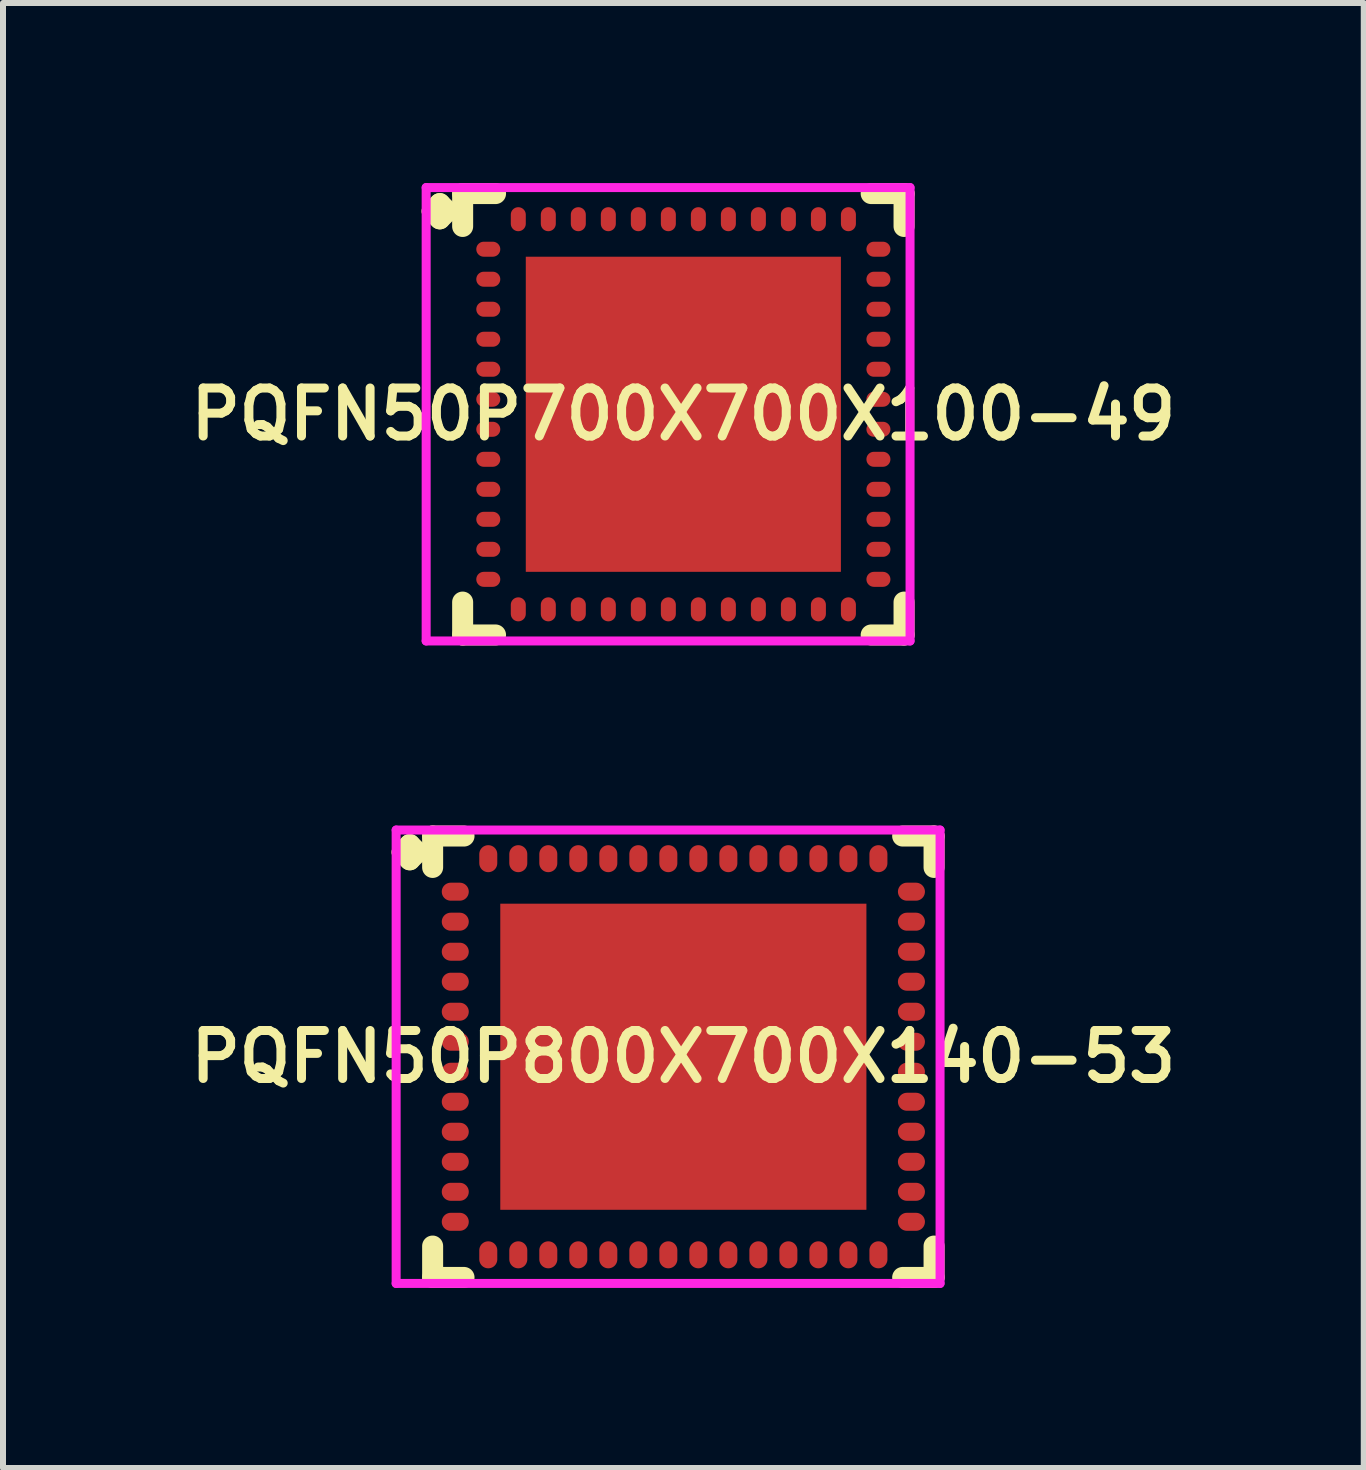
<source format=kicad_pcb>
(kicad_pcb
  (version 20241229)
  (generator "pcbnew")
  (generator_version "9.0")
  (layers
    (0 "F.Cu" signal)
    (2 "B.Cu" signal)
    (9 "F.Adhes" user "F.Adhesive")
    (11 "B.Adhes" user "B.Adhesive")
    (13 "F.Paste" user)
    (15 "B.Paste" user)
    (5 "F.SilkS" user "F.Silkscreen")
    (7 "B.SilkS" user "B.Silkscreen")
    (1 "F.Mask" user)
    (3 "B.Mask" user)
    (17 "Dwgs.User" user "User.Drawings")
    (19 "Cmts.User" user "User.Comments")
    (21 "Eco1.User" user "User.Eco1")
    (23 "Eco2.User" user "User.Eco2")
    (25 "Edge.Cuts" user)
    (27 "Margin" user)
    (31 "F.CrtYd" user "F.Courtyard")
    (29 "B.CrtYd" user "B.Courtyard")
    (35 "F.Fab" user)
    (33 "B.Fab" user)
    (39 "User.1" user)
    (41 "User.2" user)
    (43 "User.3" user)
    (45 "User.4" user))
  (footprint "PQFN50P700X700X100-49"
    (layer "F.Cu")
    (at 8.335 3.852)
    (property "Reference" "PQFN50P700X700X100-49" (at 0 0 0) (layer "F.SilkS") (effects (font (size 0.8 0.8) (thickness 0.15))))
    (attr smd)
    (fp_line (start -4.185 -3.383) (end -4.058 -3.51) (stroke (width 0.35) (type solid)) (layer "F.SilkS"))
    (fp_line (start -4.058 -3.51) (end -3.931 -3.383) (stroke (width 0.35) (type solid)) (layer "F.SilkS"))
    (fp_line (start -4.058 -3.256) (end -4.185 -3.383) (stroke (width 0.35) (type solid)) (layer "F.SilkS"))
    (fp_line (start -3.931 -3.383) (end -4.058 -3.256) (stroke (width 0.35) (type solid)) (layer "F.SilkS"))
    (fp_line (start -3.677 -3.677) (end -3.129 -3.677) (stroke (width 0.35) (type solid)) (layer "F.SilkS"))
    (fp_line (start -3.677 -3.129) (end -3.677 -3.677) (stroke (width 0.35) (type solid)) (layer "F.SilkS"))
    (fp_line (start -3.677 3.129) (end -3.677 3.677) (stroke (width 0.35) (type solid)) (layer "F.SilkS"))
    (fp_line (start -3.677 3.677) (end -3.129 3.677) (stroke (width 0.35) (type solid)) (layer "F.SilkS"))
    (fp_line (start 3.129 -3.677) (end 3.677 -3.677) (stroke (width 0.35) (type solid)) (layer "F.SilkS"))
    (fp_line (start 3.129 3.677) (end 3.677 3.677) (stroke (width 0.35) (type solid)) (layer "F.SilkS"))
    (fp_line (start 3.677 -3.677) (end 3.677 -3.129) (stroke (width 0.35) (type solid)) (layer "F.SilkS"))
    (fp_line (start 3.677 3.677) (end 3.677 3.129) (stroke (width 0.35) (type solid)) (layer "F.SilkS"))
    (fp_line (start -4.285 -3.777) (end 3.777 -3.777) (stroke (width 0.15) (type solid)) (layer "F.CrtYd"))
    (fp_line (start -4.285 3.777) (end -4.285 -3.777) (stroke (width 0.15) (type solid)) (layer "F.CrtYd"))
    (fp_line (start 3.777 -3.777) (end 3.777 3.777) (stroke (width 0.15) (type solid)) (layer "F.CrtYd"))
    (fp_line (start 3.777 3.777) (end -4.285 3.777) (stroke (width 0.15) (type solid)) (layer "F.CrtYd"))
    (pad "1" smd oval (at -3.25 -2.75) (size 0.4 0.25) (layers "F.Cu" "F.Mask" "F.Paste"))
    (pad "2" smd oval (at -3.25 -2.25) (size 0.4 0.25) (layers "F.Cu" "F.Mask" "F.Paste"))
    (pad "3" smd oval (at -3.25 -1.75) (size 0.4 0.25) (layers "F.Cu" "F.Mask" "F.Paste"))
    (pad "4" smd oval (at -3.25 -1.25) (size 0.4 0.25) (layers "F.Cu" "F.Mask" "F.Paste"))
    (pad "5" smd oval (at -3.25 -0.75) (size 0.4 0.25) (layers "F.Cu" "F.Mask" "F.Paste"))
    (pad "6" smd oval (at -3.25 -0.25) (size 0.4 0.25) (layers "F.Cu" "F.Mask" "F.Paste"))
    (pad "7" smd oval (at -3.25 0.25) (size 0.4 0.25) (layers "F.Cu" "F.Mask" "F.Paste"))
    (pad "8" smd oval (at -3.25 0.75) (size 0.4 0.25) (layers "F.Cu" "F.Mask" "F.Paste"))
    (pad "9" smd oval (at -3.25 1.25) (size 0.4 0.25) (layers "F.Cu" "F.Mask" "F.Paste"))
    (pad "10" smd oval (at -3.25 1.75) (size 0.4 0.25) (layers "F.Cu" "F.Mask" "F.Paste"))
    (pad "11" smd oval (at -3.25 2.25) (size 0.4 0.25) (layers "F.Cu" "F.Mask" "F.Paste"))
    (pad "12" smd oval (at -3.25 2.75) (size 0.4 0.25) (layers "F.Cu" "F.Mask" "F.Paste"))
    (pad "13" smd oval (at -2.75 3.25) (size 0.25 0.4) (layers "F.Cu" "F.Mask" "F.Paste"))
    (pad "14" smd oval (at -2.25 3.25) (size 0.25 0.4) (layers "F.Cu" "F.Mask" "F.Paste"))
    (pad "15" smd oval (at -1.75 3.25) (size 0.25 0.4) (layers "F.Cu" "F.Mask" "F.Paste"))
    (pad "16" smd oval (at -1.25 3.25) (size 0.25 0.4) (layers "F.Cu" "F.Mask" "F.Paste"))
    (pad "17" smd oval (at -0.75 3.25) (size 0.25 0.4) (layers "F.Cu" "F.Mask" "F.Paste"))
    (pad "18" smd oval (at -0.25 3.25) (size 0.25 0.4) (layers "F.Cu" "F.Mask" "F.Paste"))
    (pad "19" smd oval (at 0.25 3.25) (size 0.25 0.4) (layers "F.Cu" "F.Mask" "F.Paste"))
    (pad "20" smd oval (at 0.75 3.25) (size 0.25 0.4) (layers "F.Cu" "F.Mask" "F.Paste"))
    (pad "21" smd oval (at 1.25 3.25) (size 0.25 0.4) (layers "F.Cu" "F.Mask" "F.Paste"))
    (pad "22" smd oval (at 1.75 3.25) (size 0.25 0.4) (layers "F.Cu" "F.Mask" "F.Paste"))
    (pad "23" smd oval (at 2.25 3.25) (size 0.25 0.4) (layers "F.Cu" "F.Mask" "F.Paste"))
    (pad "24" smd oval (at 2.75 3.25) (size 0.25 0.4) (layers "F.Cu" "F.Mask" "F.Paste"))
    (pad "25" smd oval (at 3.25 2.75) (size 0.4 0.25) (layers "F.Cu" "F.Mask" "F.Paste"))
    (pad "26" smd oval (at 3.25 2.25) (size 0.4 0.25) (layers "F.Cu" "F.Mask" "F.Paste"))
    (pad "27" smd oval (at 3.25 1.75) (size 0.4 0.25) (layers "F.Cu" "F.Mask" "F.Paste"))
    (pad "28" smd oval (at 3.25 1.25) (size 0.4 0.25) (layers "F.Cu" "F.Mask" "F.Paste"))
    (pad "29" smd oval (at 3.25 0.75) (size 0.4 0.25) (layers "F.Cu" "F.Mask" "F.Paste"))
    (pad "30" smd oval (at 3.25 0.25) (size 0.4 0.25) (layers "F.Cu" "F.Mask" "F.Paste"))
    (pad "31" smd oval (at 3.25 -0.25) (size 0.4 0.25) (layers "F.Cu" "F.Mask" "F.Paste"))
    (pad "32" smd oval (at 3.25 -0.75) (size 0.4 0.25) (layers "F.Cu" "F.Mask" "F.Paste"))
    (pad "33" smd oval (at 3.25 -1.25) (size 0.4 0.25) (layers "F.Cu" "F.Mask" "F.Paste"))
    (pad "34" smd oval (at 3.25 -1.75) (size 0.4 0.25) (layers "F.Cu" "F.Mask" "F.Paste"))
    (pad "35" smd oval (at 3.25 -2.25) (size 0.4 0.25) (layers "F.Cu" "F.Mask" "F.Paste"))
    (pad "36" smd oval (at 3.25 -2.75) (size 0.4 0.25) (layers "F.Cu" "F.Mask" "F.Paste"))
    (pad "37" smd oval (at 2.75 -3.25) (size 0.25 0.4) (layers "F.Cu" "F.Mask" "F.Paste"))
    (pad "38" smd oval (at 2.25 -3.25) (size 0.25 0.4) (layers "F.Cu" "F.Mask" "F.Paste"))
    (pad "39" smd oval (at 1.75 -3.25) (size 0.25 0.4) (layers "F.Cu" "F.Mask" "F.Paste"))
    (pad "40" smd oval (at 1.25 -3.25) (size 0.25 0.4) (layers "F.Cu" "F.Mask" "F.Paste"))
    (pad "41" smd oval (at 0.75 -3.25) (size 0.25 0.4) (layers "F.Cu" "F.Mask" "F.Paste"))
    (pad "42" smd oval (at 0.25 -3.25) (size 0.25 0.4) (layers "F.Cu" "F.Mask" "F.Paste"))
    (pad "43" smd oval (at -0.25 -3.25) (size 0.25 0.4) (layers "F.Cu" "F.Mask" "F.Paste"))
    (pad "44" smd oval (at -0.75 -3.25) (size 0.25 0.4) (layers "F.Cu" "F.Mask" "F.Paste"))
    (pad "45" smd oval (at -1.25 -3.25) (size 0.25 0.4) (layers "F.Cu" "F.Mask" "F.Paste"))
    (pad "46" smd oval (at -1.75 -3.25) (size 0.25 0.4) (layers "F.Cu" "F.Mask" "F.Paste"))
    (pad "47" smd oval (at -2.25 -3.25) (size 0.25 0.4) (layers "F.Cu" "F.Mask" "F.Paste"))
    (pad "48" smd oval (at -2.75 -3.25) (size 0.25 0.4) (layers "F.Cu" "F.Mask" "F.Paste"))
    (pad "49" smd rect (at 0 0) (size 5.25 5.25) (layers "F.Cu" "F.Mask" "F.Paste")))
  (footprint "PQFN50P800X700X140-53"
    (layer "F.Cu")
    (at 8.335 14.556)
    (property "Reference" "PQFN50P800X700X140-53" (at 0 0 0) (layer "F.SilkS") (effects (font (size 0.8 0.8) (thickness 0.15))))
    (attr smd)
    (fp_line (start -4.685 -3.408) (end -4.558 -3.535) (stroke (width 0.35) (type solid)) (layer "F.SilkS"))
    (fp_line (start -4.558 -3.535) (end -4.431 -3.408) (stroke (width 0.35) (type solid)) (layer "F.SilkS"))
    (fp_line (start -4.558 -3.281) (end -4.685 -3.408) (stroke (width 0.35) (type solid)) (layer "F.SilkS"))
    (fp_line (start -4.431 -3.408) (end -4.558 -3.281) (stroke (width 0.35) (type solid)) (layer "F.SilkS"))
    (fp_line (start -4.177 -3.677) (end -3.654 -3.677) (stroke (width 0.35) (type solid)) (layer "F.SilkS"))
    (fp_line (start -4.177 -3.154) (end -4.177 -3.677) (stroke (width 0.35) (type solid)) (layer "F.SilkS"))
    (fp_line (start -4.177 3.154) (end -4.177 3.677) (stroke (width 0.35) (type solid)) (layer "F.SilkS"))
    (fp_line (start -4.177 3.677) (end -3.654 3.677) (stroke (width 0.35) (type solid)) (layer "F.SilkS"))
    (fp_line (start 3.654 -3.677) (end 4.177 -3.677) (stroke (width 0.35) (type solid)) (layer "F.SilkS"))
    (fp_line (start 3.654 3.677) (end 4.177 3.677) (stroke (width 0.35) (type solid)) (layer "F.SilkS"))
    (fp_line (start 4.177 -3.677) (end 4.177 -3.154) (stroke (width 0.35) (type solid)) (layer "F.SilkS"))
    (fp_line (start 4.177 3.677) (end 4.177 3.154) (stroke (width 0.35) (type solid)) (layer "F.SilkS"))
    (fp_line (start -4.785 -3.777) (end 4.277 -3.777) (stroke (width 0.15) (type solid)) (layer "F.CrtYd"))
    (fp_line (start -4.785 3.777) (end -4.785 -3.777) (stroke (width 0.15) (type solid)) (layer "F.CrtYd"))
    (fp_line (start 4.277 -3.777) (end 4.277 3.777) (stroke (width 0.15) (type solid)) (layer "F.CrtYd"))
    (fp_line (start 4.277 3.777) (end -4.785 3.777) (stroke (width 0.15) (type solid)) (layer "F.CrtYd"))
    (pad "1" smd oval (at -3.8 -2.75) (size 0.45 0.3) (layers "F.Cu" "F.Mask" "F.Paste"))
    (pad "2" smd oval (at -3.8 -2.25) (size 0.45 0.3) (layers "F.Cu" "F.Mask" "F.Paste"))
    (pad "3" smd oval (at -3.8 -1.75) (size 0.45 0.3) (layers "F.Cu" "F.Mask" "F.Paste"))
    (pad "4" smd oval (at -3.8 -1.25) (size 0.45 0.3) (layers "F.Cu" "F.Mask" "F.Paste"))
    (pad "5" smd oval (at -3.8 -0.75) (size 0.45 0.3) (layers "F.Cu" "F.Mask" "F.Paste"))
    (pad "6" smd oval (at -3.8 -0.25) (size 0.45 0.3) (layers "F.Cu" "F.Mask" "F.Paste"))
    (pad "7" smd oval (at -3.8 0.25) (size 0.45 0.3) (layers "F.Cu" "F.Mask" "F.Paste"))
    (pad "8" smd oval (at -3.8 0.75) (size 0.45 0.3) (layers "F.Cu" "F.Mask" "F.Paste"))
    (pad "9" smd oval (at -3.8 1.25) (size 0.45 0.3) (layers "F.Cu" "F.Mask" "F.Paste"))
    (pad "10" smd oval (at -3.8 1.75) (size 0.45 0.3) (layers "F.Cu" "F.Mask" "F.Paste"))
    (pad "11" smd oval (at -3.8 2.25) (size 0.45 0.3) (layers "F.Cu" "F.Mask" "F.Paste"))
    (pad "12" smd oval (at -3.8 2.75) (size 0.45 0.3) (layers "F.Cu" "F.Mask" "F.Paste"))
    (pad "13" smd oval (at -3.25 3.3) (size 0.3 0.45) (layers "F.Cu" "F.Mask" "F.Paste"))
    (pad "14" smd oval (at -2.75 3.3) (size 0.3 0.45) (layers "F.Cu" "F.Mask" "F.Paste"))
    (pad "15" smd oval (at -2.25 3.3) (size 0.3 0.45) (layers "F.Cu" "F.Mask" "F.Paste"))
    (pad "16" smd oval (at -1.75 3.3) (size 0.3 0.45) (layers "F.Cu" "F.Mask" "F.Paste"))
    (pad "17" smd oval (at -1.25 3.3) (size 0.3 0.45) (layers "F.Cu" "F.Mask" "F.Paste"))
    (pad "18" smd oval (at -0.75 3.3) (size 0.3 0.45) (layers "F.Cu" "F.Mask" "F.Paste"))
    (pad "19" smd oval (at -0.25 3.3) (size 0.3 0.45) (layers "F.Cu" "F.Mask" "F.Paste"))
    (pad "20" smd oval (at 0.25 3.3) (size 0.3 0.45) (layers "F.Cu" "F.Mask" "F.Paste"))
    (pad "21" smd oval (at 0.75 3.3) (size 0.3 0.45) (layers "F.Cu" "F.Mask" "F.Paste"))
    (pad "22" smd oval (at 1.25 3.3) (size 0.3 0.45) (layers "F.Cu" "F.Mask" "F.Paste"))
    (pad "23" smd oval (at 1.75 3.3) (size 0.3 0.45) (layers "F.Cu" "F.Mask" "F.Paste"))
    (pad "24" smd oval (at 2.25 3.3) (size 0.3 0.45) (layers "F.Cu" "F.Mask" "F.Paste"))
    (pad "25" smd oval (at 2.75 3.3) (size 0.3 0.45) (layers "F.Cu" "F.Mask" "F.Paste"))
    (pad "26" smd oval (at 3.25 3.3) (size 0.3 0.45) (layers "F.Cu" "F.Mask" "F.Paste"))
    (pad "27" smd oval (at 3.8 2.75) (size 0.45 0.3) (layers "F.Cu" "F.Mask" "F.Paste"))
    (pad "28" smd oval (at 3.8 2.25) (size 0.45 0.3) (layers "F.Cu" "F.Mask" "F.Paste"))
    (pad "29" smd oval (at 3.8 1.75) (size 0.45 0.3) (layers "F.Cu" "F.Mask" "F.Paste"))
    (pad "30" smd oval (at 3.8 1.25) (size 0.45 0.3) (layers "F.Cu" "F.Mask" "F.Paste"))
    (pad "31" smd oval (at 3.8 0.75) (size 0.45 0.3) (layers "F.Cu" "F.Mask" "F.Paste"))
    (pad "32" smd oval (at 3.8 0.25) (size 0.45 0.3) (layers "F.Cu" "F.Mask" "F.Paste"))
    (pad "33" smd oval (at 3.8 -0.25) (size 0.45 0.3) (layers "F.Cu" "F.Mask" "F.Paste"))
    (pad "34" smd oval (at 3.8 -0.75) (size 0.45 0.3) (layers "F.Cu" "F.Mask" "F.Paste"))
    (pad "35" smd oval (at 3.8 -1.25) (size 0.45 0.3) (layers "F.Cu" "F.Mask" "F.Paste"))
    (pad "36" smd oval (at 3.8 -1.75) (size 0.45 0.3) (layers "F.Cu" "F.Mask" "F.Paste"))
    (pad "37" smd oval (at 3.8 -2.25) (size 0.45 0.3) (layers "F.Cu" "F.Mask" "F.Paste"))
    (pad "38" smd oval (at 3.8 -2.75) (size 0.45 0.3) (layers "F.Cu" "F.Mask" "F.Paste"))
    (pad "39" smd oval (at 3.25 -3.3) (size 0.3 0.45) (layers "F.Cu" "F.Mask" "F.Paste"))
    (pad "40" smd oval (at 2.75 -3.3) (size 0.3 0.45) (layers "F.Cu" "F.Mask" "F.Paste"))
    (pad "41" smd oval (at 2.25 -3.3) (size 0.3 0.45) (layers "F.Cu" "F.Mask" "F.Paste"))
    (pad "42" smd oval (at 1.75 -3.3) (size 0.3 0.45) (layers "F.Cu" "F.Mask" "F.Paste"))
    (pad "43" smd oval (at 1.25 -3.3) (size 0.3 0.45) (layers "F.Cu" "F.Mask" "F.Paste"))
    (pad "44" smd oval (at 0.75 -3.3) (size 0.3 0.45) (layers "F.Cu" "F.Mask" "F.Paste"))
    (pad "45" smd oval (at 0.25 -3.3) (size 0.3 0.45) (layers "F.Cu" "F.Mask" "F.Paste"))
    (pad "46" smd oval (at -0.25 -3.3) (size 0.3 0.45) (layers "F.Cu" "F.Mask" "F.Paste"))
    (pad "47" smd oval (at -0.75 -3.3) (size 0.3 0.45) (layers "F.Cu" "F.Mask" "F.Paste"))
    (pad "48" smd oval (at -1.25 -3.3) (size 0.3 0.45) (layers "F.Cu" "F.Mask" "F.Paste"))
    (pad "49" smd oval (at -1.75 -3.3) (size 0.3 0.45) (layers "F.Cu" "F.Mask" "F.Paste"))
    (pad "50" smd oval (at -2.25 -3.3) (size 0.3 0.45) (layers "F.Cu" "F.Mask" "F.Paste"))
    (pad "51" smd oval (at -2.75 -3.3) (size 0.3 0.45) (layers "F.Cu" "F.Mask" "F.Paste"))
    (pad "52" smd oval (at -3.25 -3.3) (size 0.3 0.45) (layers "F.Cu" "F.Mask" "F.Paste"))
    (pad "53" smd rect (at 0 0) (size 6.1 5.1) (layers "F.Cu" "F.Mask" "F.Paste")))
  (gr_rect
    (start -3 -3)
    (end 19.671 21.408)
    (stroke (width 0.1) (type default))
    (fill no)
    (layer "Edge.Cuts")))
</source>
